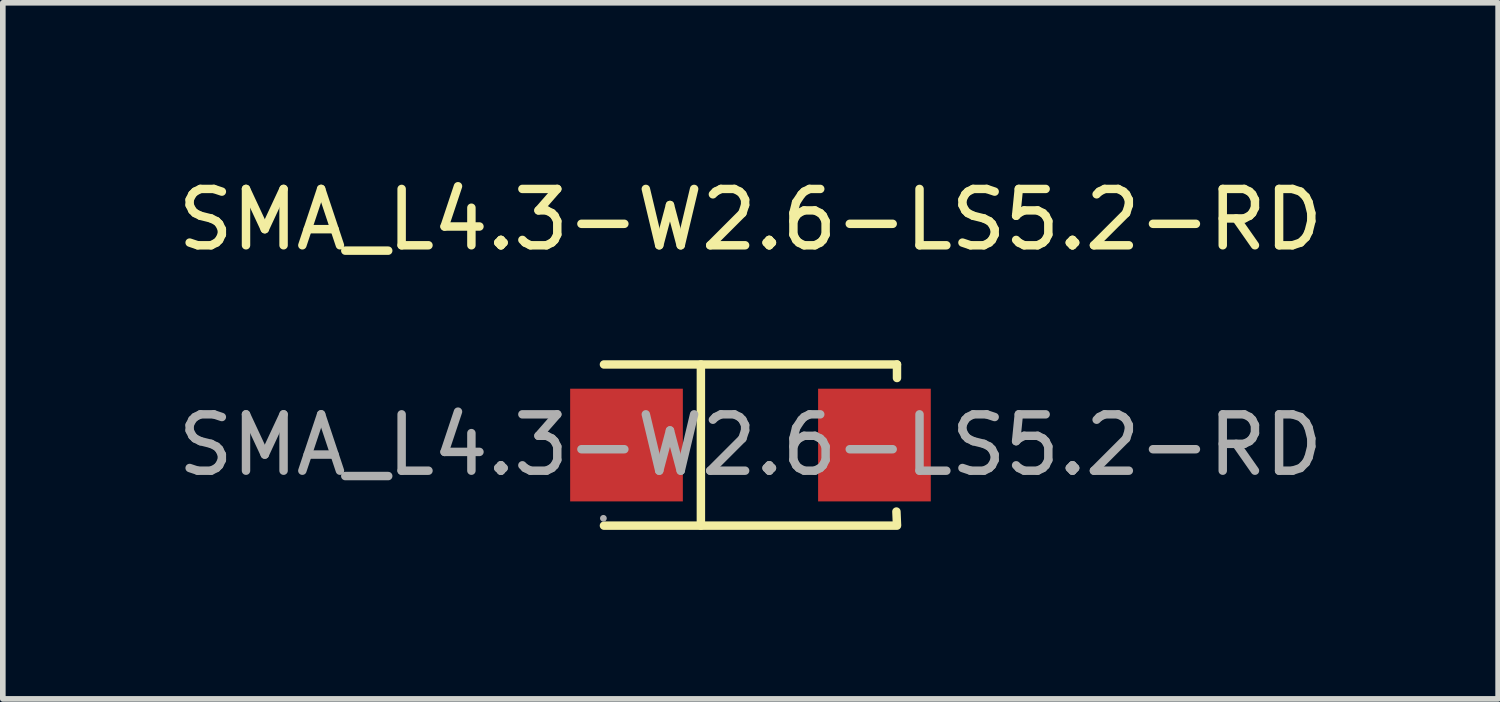
<source format=kicad_pcb>
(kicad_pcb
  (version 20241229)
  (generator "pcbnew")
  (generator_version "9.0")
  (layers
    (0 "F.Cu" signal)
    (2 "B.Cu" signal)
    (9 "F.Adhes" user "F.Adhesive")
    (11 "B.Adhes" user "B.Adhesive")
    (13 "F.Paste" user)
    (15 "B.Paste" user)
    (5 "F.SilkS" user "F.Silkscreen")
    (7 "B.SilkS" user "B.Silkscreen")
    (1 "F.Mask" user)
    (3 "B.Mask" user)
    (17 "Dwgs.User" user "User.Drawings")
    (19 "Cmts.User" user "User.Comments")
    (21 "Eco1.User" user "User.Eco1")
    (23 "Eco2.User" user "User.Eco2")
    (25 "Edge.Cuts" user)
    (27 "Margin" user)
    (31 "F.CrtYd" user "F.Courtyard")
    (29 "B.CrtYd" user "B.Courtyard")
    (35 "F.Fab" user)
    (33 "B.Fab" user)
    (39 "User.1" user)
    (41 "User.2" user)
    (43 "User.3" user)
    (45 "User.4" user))
  (footprint "SMA_L4.3-W2.6-LS5.2-RD"
    (layer "F.Cu")
    (at 10.268 4.848)
    (property "Reference" "SMA_L4.3-W2.6-LS5.2-RD" (at 0 -4 0) (layer "F.SilkS") (effects (font (size 1 1) (thickness 0.15))))
    (attr smd)
    (fp_line (start -2.6 -1.43) (end 2.6 -1.43) (stroke (width 0.15) (type solid)) (layer "F.SilkS"))
    (fp_line (start -2.6 1.43) (end 2.6 1.43) (stroke (width 0.15) (type solid)) (layer "F.SilkS"))
    (fp_line (start -0.88 -1.43) (end -0.88 1.43) (stroke (width 0.15) (type solid)) (layer "F.SilkS"))
    (fp_line (start 2.59 1.18) (end 2.6 1.41) (stroke (width 0.15) (type solid)) (layer "F.SilkS"))
    (fp_line (start 2.6 -1.43) (end 2.6 -1.19) (stroke (width 0.15) (type solid)) (layer "F.SilkS"))
    (fp_circle (center -2.61 1.3) (end -2.58 1.3) (stroke (width 0.06) (type solid)) (fill no) (layer "F.Fab"))
    (fp_text user "${REFERENCE}" (at 0 0 0) (layer "F.Fab") (effects (font (size 1 1) (thickness 0.15))))
    (pad "1" smd rect (at -2.2 0 180) (size 2 2) (layers "F.Cu" "F.Mask" "F.Paste"))
    (pad "2" smd rect (at 2.2 0 180) (size 2 2) (layers "F.Cu" "F.Mask" "F.Paste")))
  (gr_rect
    (start -3 -3)
    (end 23.536 9.353)
    (stroke (width 0.1) (type default))
    (fill no)
    (layer "Edge.Cuts")))
</source>
